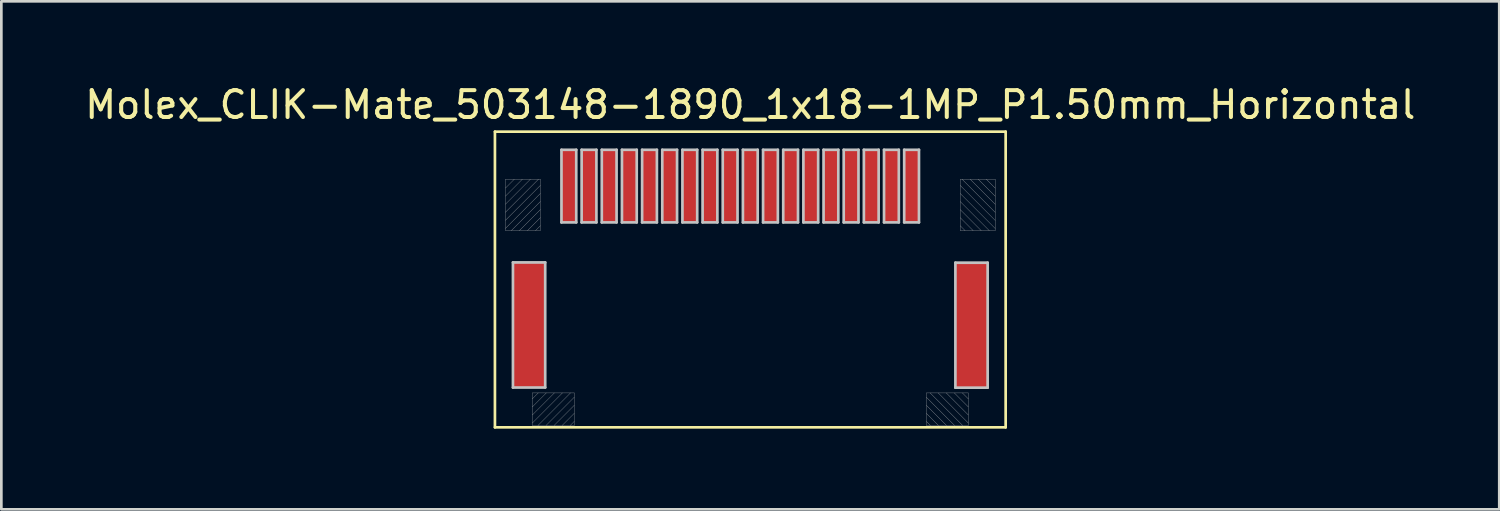
<source format=kicad_pcb>
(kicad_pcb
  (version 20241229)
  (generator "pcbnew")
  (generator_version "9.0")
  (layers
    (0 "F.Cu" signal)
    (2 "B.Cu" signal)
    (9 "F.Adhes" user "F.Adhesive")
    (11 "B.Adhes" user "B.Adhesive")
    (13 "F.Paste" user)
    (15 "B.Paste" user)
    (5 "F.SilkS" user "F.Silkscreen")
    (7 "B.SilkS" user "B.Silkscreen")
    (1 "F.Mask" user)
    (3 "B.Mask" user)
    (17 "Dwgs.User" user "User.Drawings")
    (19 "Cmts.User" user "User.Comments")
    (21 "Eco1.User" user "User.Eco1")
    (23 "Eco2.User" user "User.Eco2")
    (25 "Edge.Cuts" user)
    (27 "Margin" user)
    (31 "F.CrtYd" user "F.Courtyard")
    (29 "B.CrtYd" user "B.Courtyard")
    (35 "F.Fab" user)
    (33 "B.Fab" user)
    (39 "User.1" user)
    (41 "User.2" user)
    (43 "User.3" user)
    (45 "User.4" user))
  (footprint "Molex_CLIK-Mate_503148-1890_1x18-1MP_P1.50mm_Horizontal"
    (layer "F.Cu")
    (at 24.863 7.848)
    (property "Reference" "Molex_CLIK-Mate_503148-1890_1x18-1MP_P1.50mm_Horizontal" (at 0 -7 0) (layer "F.SilkS") (effects (font (size 1 1) (thickness 0.15))))
    (attr smd)
    (fp_line (start -9.5 -6) (end -9.5 5) (stroke (width 0.1) (type solid)) (layer "F.SilkS"))
    (fp_line (start -9.5 5) (end 9.5 5) (stroke (width 0.1) (type solid)) (layer "F.SilkS"))
    (fp_line (start 9.5 -6) (end -9.5 -6) (stroke (width 0.1) (type solid)) (layer "F.SilkS"))
    (fp_line (start 9.5 5) (end 9.5 -6) (stroke (width 0.1) (type solid)) (layer "F.SilkS"))
    (fp_line (start -9.11 -4.23) (end -9.11 -2.32) (stroke (width 0.01) (type solid)) (layer "Dwgs.User"))
    (fp_line (start -9.11 -3) (end -7.88 -4.23) (stroke (width 0.01) (type solid)) (layer "Dwgs.User"))
    (fp_line (start -9.11 -2.7) (end -7.81 -4) (stroke (width 0.01) (type solid)) (layer "Dwgs.User"))
    (fp_line (start -9.11 -2.32) (end -7.81 -2.32) (stroke (width 0.01) (type solid)) (layer "Dwgs.User"))
    (fp_line (start -8.83 -1.135) (end -7.63 -1.135) (stroke (width 0.1) (type solid)) (layer "Dwgs.User"))
    (fp_line (start -8.83 3.52) (end -8.83 -1.135) (stroke (width 0.1) (type solid)) (layer "Dwgs.User"))
    (fp_line (start -8.78 -4.23) (end -9.11 -3.9) (stroke (width 0.01) (type solid)) (layer "Dwgs.User"))
    (fp_line (start -8.59 -2.32) (end -7.81 -3.1) (stroke (width 0.01) (type solid)) (layer "Dwgs.User"))
    (fp_line (start -8.48 -4.23) (end -9.11 -3.6) (stroke (width 0.01) (type solid)) (layer "Dwgs.User"))
    (fp_line (start -8.29 -2.32) (end -7.81 -2.8) (stroke (width 0.01) (type solid)) (layer "Dwgs.User"))
    (fp_line (start -8.18 -4.23) (end -9.11 -3.3) (stroke (width 0.01) (type solid)) (layer "Dwgs.User"))
    (fp_line (start -8.11 3.72) (end -6.55 3.72) (stroke (width 0.01) (type solid)) (layer "Dwgs.User"))
    (fp_line (start -8.11 4.54) (end -7.29 3.72) (stroke (width 0.01) (type solid)) (layer "Dwgs.User"))
    (fp_line (start -8.11 4.84) (end -6.99 3.72) (stroke (width 0.01) (type solid)) (layer "Dwgs.User"))
    (fp_line (start -8.11 4.93) (end -8.11 3.72) (stroke (width 0.01) (type solid)) (layer "Dwgs.User"))
    (fp_line (start -7.99 -2.32) (end -7.81 -2.5) (stroke (width 0.01) (type solid)) (layer "Dwgs.User"))
    (fp_line (start -7.89 3.72) (end -8.11 3.94) (stroke (width 0.01) (type solid)) (layer "Dwgs.User"))
    (fp_line (start -7.81 -4.23) (end -9.11 -4.23) (stroke (width 0.01) (type solid)) (layer "Dwgs.User"))
    (fp_line (start -7.81 -3.7) (end -9.11 -2.4) (stroke (width 0.01) (type solid)) (layer "Dwgs.User"))
    (fp_line (start -7.81 -3.4) (end -8.89 -2.32) (stroke (width 0.01) (type solid)) (layer "Dwgs.User"))
    (fp_line (start -7.81 -2.32) (end -7.81 -4.23) (stroke (width 0.01) (type solid)) (layer "Dwgs.User"))
    (fp_line (start -7.63 -1.135) (end -7.63 3.515) (stroke (width 0.1) (type solid)) (layer "Dwgs.User"))
    (fp_line (start -7.63 3.52) (end -8.83 3.52) (stroke (width 0.1) (type solid)) (layer "Dwgs.User"))
    (fp_line (start -7.59 3.72) (end -8.11 4.24) (stroke (width 0.01) (type solid)) (layer "Dwgs.User"))
    (fp_line (start -7.3 4.93) (end -6.55 4.18) (stroke (width 0.01) (type solid)) (layer "Dwgs.User"))
    (fp_line (start -7.025 -5.325) (end -6.475 -5.325) (stroke (width 0.1) (type solid)) (layer "Dwgs.User"))
    (fp_line (start -7.025 -2.625) (end -7.025 -5.325) (stroke (width 0.1) (type solid)) (layer "Dwgs.User"))
    (fp_line (start -7 4.93) (end -6.55 4.48) (stroke (width 0.01) (type solid)) (layer "Dwgs.User"))
    (fp_line (start -6.7 4.93) (end -6.55 4.78) (stroke (width 0.01) (type solid)) (layer "Dwgs.User"))
    (fp_line (start -6.69 3.72) (end -7.9 4.93) (stroke (width 0.01) (type solid)) (layer "Dwgs.User"))
    (fp_line (start -6.55 3.72) (end -6.55 4.93) (stroke (width 0.01) (type solid)) (layer "Dwgs.User"))
    (fp_line (start -6.55 3.88) (end -7.6 4.93) (stroke (width 0.01) (type solid)) (layer "Dwgs.User"))
    (fp_line (start -6.55 4.93) (end -8.11 4.93) (stroke (width 0.01) (type solid)) (layer "Dwgs.User"))
    (fp_line (start -6.475 -5.325) (end -6.475 -2.625) (stroke (width 0.1) (type solid)) (layer "Dwgs.User"))
    (fp_line (start -6.475 -2.625) (end -7.025 -2.625) (stroke (width 0.1) (type solid)) (layer "Dwgs.User"))
    (fp_line (start -6.275 -5.325) (end -5.725 -5.325) (stroke (width 0.1) (type solid)) (layer "Dwgs.User"))
    (fp_line (start -6.275 -2.625) (end -6.275 -5.325) (stroke (width 0.1) (type solid)) (layer "Dwgs.User"))
    (fp_line (start -5.725 -5.325) (end -5.725 -2.625) (stroke (width 0.1) (type solid)) (layer "Dwgs.User"))
    (fp_line (start -5.725 -2.625) (end -6.275 -2.625) (stroke (width 0.1) (type solid)) (layer "Dwgs.User"))
    (fp_line (start -5.525 -5.325) (end -4.975 -5.325) (stroke (width 0.1) (type solid)) (layer "Dwgs.User"))
    (fp_line (start -5.525 -2.625) (end -5.525 -5.325) (stroke (width 0.1) (type solid)) (layer "Dwgs.User"))
    (fp_line (start -4.975 -5.325) (end -4.975 -2.625) (stroke (width 0.1) (type solid)) (layer "Dwgs.User"))
    (fp_line (start -4.975 -2.625) (end -5.525 -2.625) (stroke (width 0.1) (type solid)) (layer "Dwgs.User"))
    (fp_line (start -4.775 -5.325) (end -4.225 -5.325) (stroke (width 0.1) (type solid)) (layer "Dwgs.User"))
    (fp_line (start -4.775 -2.625) (end -4.775 -5.325) (stroke (width 0.1) (type solid)) (layer "Dwgs.User"))
    (fp_line (start -4.225 -5.325) (end -4.225 -2.625) (stroke (width 0.1) (type solid)) (layer "Dwgs.User"))
    (fp_line (start -4.225 -2.625) (end -4.775 -2.625) (stroke (width 0.1) (type solid)) (layer "Dwgs.User"))
    (fp_line (start -4.025 -5.325) (end -3.475 -5.325) (stroke (width 0.1) (type solid)) (layer "Dwgs.User"))
    (fp_line (start -4.025 -2.625) (end -4.025 -5.325) (stroke (width 0.1) (type solid)) (layer "Dwgs.User"))
    (fp_line (start -3.475 -5.325) (end -3.475 -2.625) (stroke (width 0.1) (type solid)) (layer "Dwgs.User"))
    (fp_line (start -3.475 -2.625) (end -4.025 -2.625) (stroke (width 0.1) (type solid)) (layer "Dwgs.User"))
    (fp_line (start -3.275 -5.325) (end -2.725 -5.325) (stroke (width 0.1) (type solid)) (layer "Dwgs.User"))
    (fp_line (start -3.275 -2.625) (end -3.275 -5.325) (stroke (width 0.1) (type solid)) (layer "Dwgs.User"))
    (fp_line (start -2.725 -5.325) (end -2.725 -2.625) (stroke (width 0.1) (type solid)) (layer "Dwgs.User"))
    (fp_line (start -2.725 -2.625) (end -3.275 -2.625) (stroke (width 0.1) (type solid)) (layer "Dwgs.User"))
    (fp_line (start -2.525 -5.325) (end -1.975 -5.325) (stroke (width 0.1) (type solid)) (layer "Dwgs.User"))
    (fp_line (start -2.525 -2.625) (end -2.525 -5.325) (stroke (width 0.1) (type solid)) (layer "Dwgs.User"))
    (fp_line (start -1.975 -5.325) (end -1.975 -2.625) (stroke (width 0.1) (type solid)) (layer "Dwgs.User"))
    (fp_line (start -1.975 -2.625) (end -2.525 -2.625) (stroke (width 0.1) (type solid)) (layer "Dwgs.User"))
    (fp_line (start -1.775 -5.325) (end -1.225 -5.325) (stroke (width 0.1) (type solid)) (layer "Dwgs.User"))
    (fp_line (start -1.775 -2.625) (end -1.775 -5.325) (stroke (width 0.1) (type solid)) (layer "Dwgs.User"))
    (fp_line (start -1.225 -5.325) (end -1.225 -2.625) (stroke (width 0.1) (type solid)) (layer "Dwgs.User"))
    (fp_line (start -1.225 -2.625) (end -1.775 -2.625) (stroke (width 0.1) (type solid)) (layer "Dwgs.User"))
    (fp_line (start -1.025 -5.325) (end -0.475 -5.325) (stroke (width 0.1) (type solid)) (layer "Dwgs.User"))
    (fp_line (start -1.025 -2.625) (end -1.025 -5.325) (stroke (width 0.1) (type solid)) (layer "Dwgs.User"))
    (fp_line (start -0.475 -5.325) (end -0.475 -2.625) (stroke (width 0.1) (type solid)) (layer "Dwgs.User"))
    (fp_line (start -0.475 -2.625) (end -1.025 -2.625) (stroke (width 0.1) (type solid)) (layer "Dwgs.User"))
    (fp_line (start -0.275 -5.325) (end 0.275 -5.325) (stroke (width 0.1) (type solid)) (layer "Dwgs.User"))
    (fp_line (start -0.275 -2.625) (end -0.275 -5.325) (stroke (width 0.1) (type solid)) (layer "Dwgs.User"))
    (fp_line (start 0.275 -5.325) (end 0.275 -2.625) (stroke (width 0.1) (type solid)) (layer "Dwgs.User"))
    (fp_line (start 0.275 -2.625) (end -0.275 -2.625) (stroke (width 0.1) (type solid)) (layer "Dwgs.User"))
    (fp_line (start 0.475 -5.325) (end 1.025 -5.325) (stroke (width 0.1) (type solid)) (layer "Dwgs.User"))
    (fp_line (start 0.475 -2.625) (end 0.475 -5.325) (stroke (width 0.1) (type solid)) (layer "Dwgs.User"))
    (fp_line (start 1.025 -5.325) (end 1.025 -2.625) (stroke (width 0.1) (type solid)) (layer "Dwgs.User"))
    (fp_line (start 1.025 -2.625) (end 0.475 -2.625) (stroke (width 0.1) (type solid)) (layer "Dwgs.User"))
    (fp_line (start 1.225 -5.325) (end 1.775 -5.325) (stroke (width 0.1) (type solid)) (layer "Dwgs.User"))
    (fp_line (start 1.225 -2.625) (end 1.225 -5.325) (stroke (width 0.1) (type solid)) (layer "Dwgs.User"))
    (fp_line (start 1.775 -5.325) (end 1.775 -2.625) (stroke (width 0.1) (type solid)) (layer "Dwgs.User"))
    (fp_line (start 1.775 -2.625) (end 1.225 -2.625) (stroke (width 0.1) (type solid)) (layer "Dwgs.User"))
    (fp_line (start 1.975 -5.325) (end 2.525 -5.325) (stroke (width 0.1) (type solid)) (layer "Dwgs.User"))
    (fp_line (start 1.975 -2.625) (end 1.975 -5.325) (stroke (width 0.1) (type solid)) (layer "Dwgs.User"))
    (fp_line (start 2.525 -5.325) (end 2.525 -2.625) (stroke (width 0.1) (type solid)) (layer "Dwgs.User"))
    (fp_line (start 2.525 -2.625) (end 1.975 -2.625) (stroke (width 0.1) (type solid)) (layer "Dwgs.User"))
    (fp_line (start 2.725 -5.325) (end 3.275 -5.325) (stroke (width 0.1) (type solid)) (layer "Dwgs.User"))
    (fp_line (start 2.725 -2.625) (end 2.725 -5.325) (stroke (width 0.1) (type solid)) (layer "Dwgs.User"))
    (fp_line (start 3.275 -5.325) (end 3.275 -2.625) (stroke (width 0.1) (type solid)) (layer "Dwgs.User"))
    (fp_line (start 3.275 -2.625) (end 2.725 -2.625) (stroke (width 0.1) (type solid)) (layer "Dwgs.User"))
    (fp_line (start 3.475 -5.325) (end 4.025 -5.325) (stroke (width 0.1) (type solid)) (layer "Dwgs.User"))
    (fp_line (start 3.475 -2.625) (end 3.475 -5.325) (stroke (width 0.1) (type solid)) (layer "Dwgs.User"))
    (fp_line (start 4.025 -5.325) (end 4.025 -2.625) (stroke (width 0.1) (type solid)) (layer "Dwgs.User"))
    (fp_line (start 4.025 -2.625) (end 3.475 -2.625) (stroke (width 0.1) (type solid)) (layer "Dwgs.User"))
    (fp_line (start 4.225 -5.325) (end 4.775 -5.325) (stroke (width 0.1) (type solid)) (layer "Dwgs.User"))
    (fp_line (start 4.225 -2.625) (end 4.225 -5.325) (stroke (width 0.1) (type solid)) (layer "Dwgs.User"))
    (fp_line (start 4.775 -5.325) (end 4.775 -2.625) (stroke (width 0.1) (type solid)) (layer "Dwgs.User"))
    (fp_line (start 4.775 -2.625) (end 4.225 -2.625) (stroke (width 0.1) (type solid)) (layer "Dwgs.User"))
    (fp_line (start 4.975 -5.325) (end 5.525 -5.325) (stroke (width 0.1) (type solid)) (layer "Dwgs.User"))
    (fp_line (start 4.975 -2.625) (end 4.975 -5.325) (stroke (width 0.1) (type solid)) (layer "Dwgs.User"))
    (fp_line (start 5.525 -5.325) (end 5.525 -2.625) (stroke (width 0.1) (type solid)) (layer "Dwgs.User"))
    (fp_line (start 5.525 -2.625) (end 4.975 -2.625) (stroke (width 0.1) (type solid)) (layer "Dwgs.User"))
    (fp_line (start 5.725 -5.325) (end 6.275 -5.325) (stroke (width 0.1) (type solid)) (layer "Dwgs.User"))
    (fp_line (start 5.725 -2.625) (end 5.725 -5.325) (stroke (width 0.1) (type solid)) (layer "Dwgs.User"))
    (fp_line (start 6.275 -5.325) (end 6.275 -2.625) (stroke (width 0.1) (type solid)) (layer "Dwgs.User"))
    (fp_line (start 6.275 -2.625) (end 5.725 -2.625) (stroke (width 0.1) (type solid)) (layer "Dwgs.User"))
    (fp_line (start 6.55 3.721) (end 6.55 4.931) (stroke (width 0.01) (type solid)) (layer "Dwgs.User"))
    (fp_line (start 6.55 3.881) (end 7.6 4.931) (stroke (width 0.01) (type solid)) (layer "Dwgs.User"))
    (fp_line (start 6.55 4.931) (end 8.11 4.931) (stroke (width 0.01) (type solid)) (layer "Dwgs.User"))
    (fp_line (start 6.69 3.721) (end 7.9 4.931) (stroke (width 0.01) (type solid)) (layer "Dwgs.User"))
    (fp_line (start 6.7 4.931) (end 6.55 4.781) (stroke (width 0.01) (type solid)) (layer "Dwgs.User"))
    (fp_line (start 7 4.931) (end 6.55 4.481) (stroke (width 0.01) (type solid)) (layer "Dwgs.User"))
    (fp_line (start 7.3 4.931) (end 6.55 4.181) (stroke (width 0.01) (type solid)) (layer "Dwgs.User"))
    (fp_line (start 7.59 3.721) (end 8.11 4.241) (stroke (width 0.01) (type solid)) (layer "Dwgs.User"))
    (fp_line (start 7.63 -1.125) (end 8.83 -1.125) (stroke (width 0.1) (type solid)) (layer "Dwgs.User"))
    (fp_line (start 7.63 3.525) (end 7.63 -1.125) (stroke (width 0.1) (type solid)) (layer "Dwgs.User"))
    (fp_line (start 7.81 -4.229) (end 9.11 -4.229) (stroke (width 0.01) (type solid)) (layer "Dwgs.User"))
    (fp_line (start 7.81 -3.699) (end 9.11 -2.399) (stroke (width 0.01) (type solid)) (layer "Dwgs.User"))
    (fp_line (start 7.81 -3.399) (end 8.89 -2.319) (stroke (width 0.01) (type solid)) (layer "Dwgs.User"))
    (fp_line (start 7.81 -2.319) (end 7.81 -4.229) (stroke (width 0.01) (type solid)) (layer "Dwgs.User"))
    (fp_line (start 7.89 3.721) (end 8.11 3.941) (stroke (width 0.01) (type solid)) (layer "Dwgs.User"))
    (fp_line (start 7.99 -2.319) (end 7.81 -2.499) (stroke (width 0.01) (type solid)) (layer "Dwgs.User"))
    (fp_line (start 8.11 3.721) (end 6.55 3.721) (stroke (width 0.01) (type solid)) (layer "Dwgs.User"))
    (fp_line (start 8.11 4.541) (end 7.29 3.721) (stroke (width 0.01) (type solid)) (layer "Dwgs.User"))
    (fp_line (start 8.11 4.841) (end 6.99 3.721) (stroke (width 0.01) (type solid)) (layer "Dwgs.User"))
    (fp_line (start 8.11 4.931) (end 8.11 3.721) (stroke (width 0.01) (type solid)) (layer "Dwgs.User"))
    (fp_line (start 8.18 -4.229) (end 9.11 -3.299) (stroke (width 0.01) (type solid)) (layer "Dwgs.User"))
    (fp_line (start 8.29 -2.319) (end 7.81 -2.799) (stroke (width 0.01) (type solid)) (layer "Dwgs.User"))
    (fp_line (start 8.48 -4.229) (end 9.11 -3.599) (stroke (width 0.01) (type solid)) (layer "Dwgs.User"))
    (fp_line (start 8.59 -2.319) (end 7.81 -3.099) (stroke (width 0.01) (type solid)) (layer "Dwgs.User"))
    (fp_line (start 8.78 -4.229) (end 9.11 -3.899) (stroke (width 0.01) (type solid)) (layer "Dwgs.User"))
    (fp_line (start 8.83 -1.125) (end 8.83 3.525) (stroke (width 0.1) (type solid)) (layer "Dwgs.User"))
    (fp_line (start 8.83 3.525) (end 7.63 3.525) (stroke (width 0.1) (type solid)) (layer "Dwgs.User"))
    (fp_line (start 9.11 -4.229) (end 9.11 -2.319) (stroke (width 0.01) (type solid)) (layer "Dwgs.User"))
    (fp_line (start 9.11 -2.999) (end 7.88 -4.229) (stroke (width 0.01) (type solid)) (layer "Dwgs.User"))
    (fp_line (start 9.11 -2.699) (end 7.81 -3.999) (stroke (width 0.01) (type solid)) (layer "Dwgs.User"))
    (fp_line (start 9.11 -2.319) (end 7.81 -2.319) (stroke (width 0.01) (type solid)) (layer "Dwgs.User"))
    (pad "1" smd rect (at 6 -3.98) (size 0.55 2.7) (layers "F.Cu" "F.Mask" "F.Paste"))
    (pad "2" smd rect (at 5.25 -3.98) (size 0.55 2.7) (layers "F.Cu" "F.Mask" "F.Paste"))
    (pad "3" smd rect (at 4.5 -3.98) (size 0.55 2.7) (layers "F.Cu" "F.Mask" "F.Paste"))
    (pad "4" smd rect (at 3.75 -3.98) (size 0.55 2.7) (layers "F.Cu" "F.Mask" "F.Paste"))
    (pad "5" smd rect (at 3 -3.98) (size 0.55 2.7) (layers "F.Cu" "F.Mask" "F.Paste"))
    (pad "6" smd rect (at 2.25 -3.98) (size 0.55 2.7) (layers "F.Cu" "F.Mask" "F.Paste"))
    (pad "7" smd rect (at 1.5 -3.98) (size 0.55 2.7) (layers "F.Cu" "F.Mask" "F.Paste"))
    (pad "8" smd rect (at 0.75 -3.98) (size 0.55 2.7) (layers "F.Cu" "F.Mask" "F.Paste"))
    (pad "9" smd rect (at 0 -3.98) (size 0.55 2.7) (layers "F.Cu" "F.Mask" "F.Paste"))
    (pad "10" smd rect (at -0.75 -3.98) (size 0.55 2.7) (layers "F.Cu" "F.Mask" "F.Paste"))
    (pad "11" smd rect (at -1.5 -3.98) (size 0.55 2.7) (layers "F.Cu" "F.Mask" "F.Paste"))
    (pad "12" smd rect (at -2.25 -3.98) (size 0.55 2.7) (layers "F.Cu" "F.Mask" "F.Paste"))
    (pad "13" smd rect (at -3 -3.98) (size 0.55 2.7) (layers "F.Cu" "F.Mask" "F.Paste"))
    (pad "14" smd rect (at -3.75 -3.98) (size 0.55 2.7) (layers "F.Cu" "F.Mask" "F.Paste"))
    (pad "15" smd rect (at -4.5 -3.98) (size 0.55 2.7) (layers "F.Cu" "F.Mask" "F.Paste"))
    (pad "16" smd rect (at -5.25 -3.98) (size 0.55 2.7) (layers "F.Cu" "F.Mask" "F.Paste"))
    (pad "17" smd rect (at -6 -3.98) (size 0.55 2.7) (layers "F.Cu" "F.Mask" "F.Paste"))
    (pad "18" smd rect (at -6.75 -3.98) (size 0.55 2.7) (layers "F.Cu" "F.Mask" "F.Paste"))
    (pad "NC" smd rect (at -8.23 1.2) (size 1.2 4.65) (layers "F.Cu" "F.Mask" "F.Paste"))
    (pad "NC" smd rect (at 8.23 1.201) (size 1.2 4.65) (layers "F.Cu" "F.Mask" "F.Paste")))
  (gr_rect
    (start -3 -3)
    (end 52.726 15.898)
    (stroke (width 0.1) (type default))
    (fill no)
    (layer "Edge.Cuts")))
</source>
